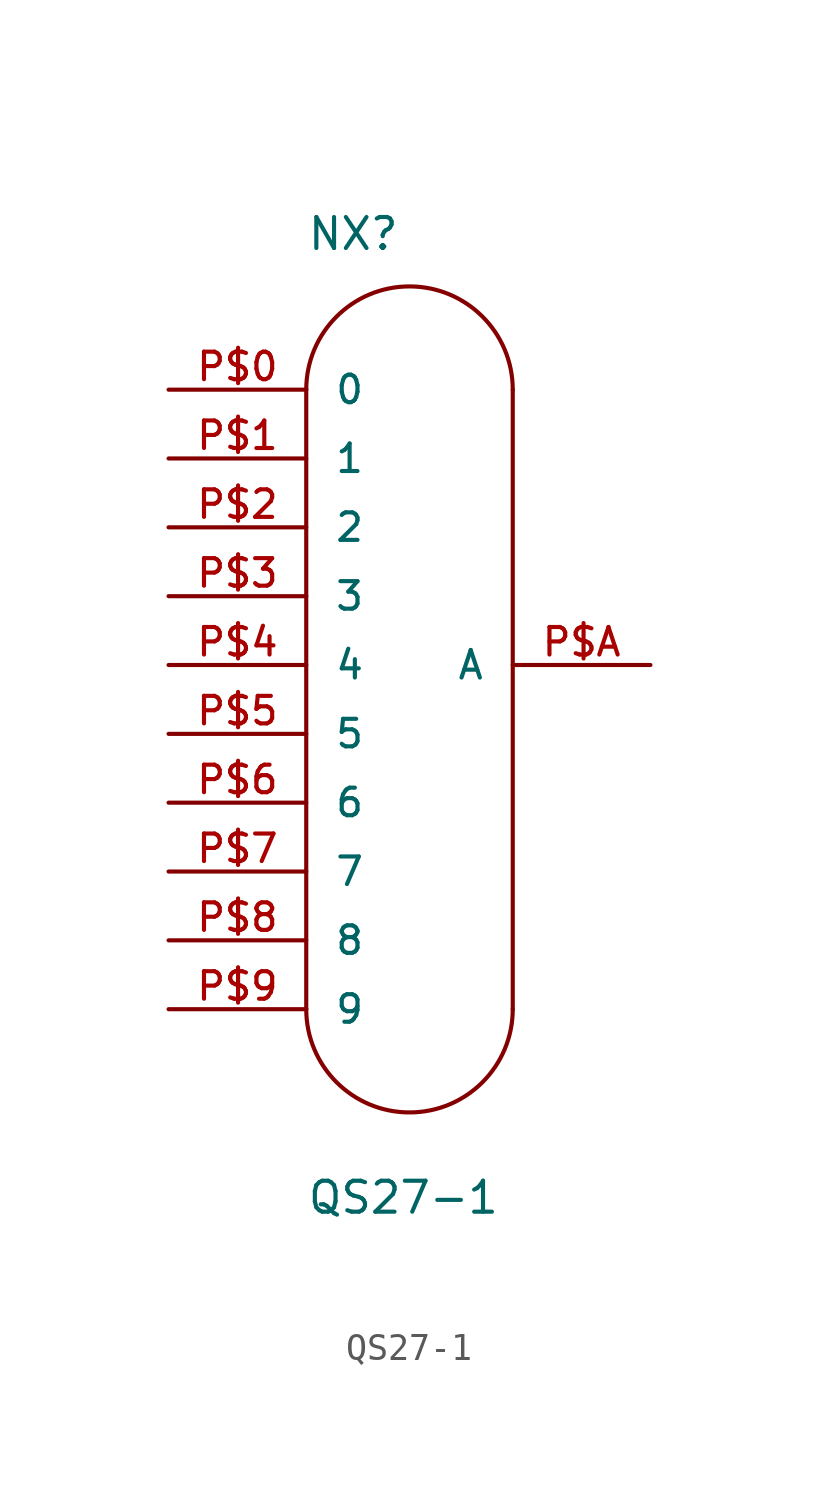
<source format=kicad_sym>
(kicad_symbol_lib
  (version 20211014)
  (generator kicad_symbol_editor)
  (symbol "QS27-1"
    (pin_names
      (offset 1.016))
    (property "Reference" "NX"
      (at -22.86 12.7 0)
      (effects (font (size 1.143 1.143)) (justify left bottom)))
    (property "Value" "QS27-1"
      (at -22.86 -22.86 0)
      (effects (font (size 1.143 1.143)) (justify left bottom)))
    (property "ki_locked" ""
      (at 0 0 0)
      (effects (font (size 1.27 1.27))))
    (symbol "QS27-1_1_0"
      (polyline (pts (xy -22.86 7.62) (xy -22.86 -15.24)) (stroke (width 0) (type default) (color 0 0 0 0)) (fill (type none)))
      (polyline (pts (xy -15.24 7.62) (xy -15.24 -15.24)) (stroke (width 0) (type default) (color 0 0 0 0)) (fill (type none))))
    (symbol "QS27-1_1_1"
      (arc (start -22.86 -15.24) (mid -19.05 -19.05) (end -15.24 -15.24) (stroke (width 0) (type default) (color 0 0 0 0)) (fill (type none)))
      (arc (start -15.24 7.62) (mid -19.05 11.43) (end -22.86 7.62) (stroke (width 0) (type default) (color 0 0 0 0)) (fill (type none)))
      (pin passive line (at -27.94 7.62 0) (length 5.08) (name "0" (effects (font (size 1.016 1.016)))) (number "P$0" (effects (font (size 1.016 1.016)))))
      (pin passive line (at -27.94 5.08 0) (length 5.08) (name "1" (effects (font (size 1.016 1.016)))) (number "P$1" (effects (font (size 1.016 1.016)))))
      (pin passive line (at -27.94 2.54 0) (length 5.08) (name "2" (effects (font (size 1.016 1.016)))) (number "P$2" (effects (font (size 1.016 1.016)))))
      (pin passive line (at -27.94 0 0) (length 5.08) (name "3" (effects (font (size 1.016 1.016)))) (number "P$3" (effects (font (size 1.016 1.016)))))
      (pin passive line (at -27.94 -2.54 0) (length 5.08) (name "4" (effects (font (size 1.016 1.016)))) (number "P$4" (effects (font (size 1.016 1.016)))))
      (pin passive line (at -27.94 -5.08 0) (length 5.08) (name "5" (effects (font (size 1.016 1.016)))) (number "P$5" (effects (font (size 1.016 1.016)))))
      (pin passive line (at -27.94 -7.62 0) (length 5.08) (name "6" (effects (font (size 1.016 1.016)))) (number "P$6" (effects (font (size 1.016 1.016)))))
      (pin passive line (at -27.94 -10.16 0) (length 5.08) (name "7" (effects (font (size 1.016 1.016)))) (number "P$7" (effects (font (size 1.016 1.016)))))
      (pin passive line (at -27.94 -12.7 0) (length 5.08) (name "8" (effects (font (size 1.016 1.016)))) (number "P$8" (effects (font (size 1.016 1.016)))))
      (pin passive line (at -27.94 -15.24 0) (length 5.08) (name "9" (effects (font (size 1.016 1.016)))) (number "P$9" (effects (font (size 1.016 1.016)))))
      (pin passive line (at -10.16 -2.54 180) (length 5.08) (name "A" (effects (font (size 1.016 1.016)))) (number "P$A" (effects (font (size 1.016 1.016))))))))
</source>
